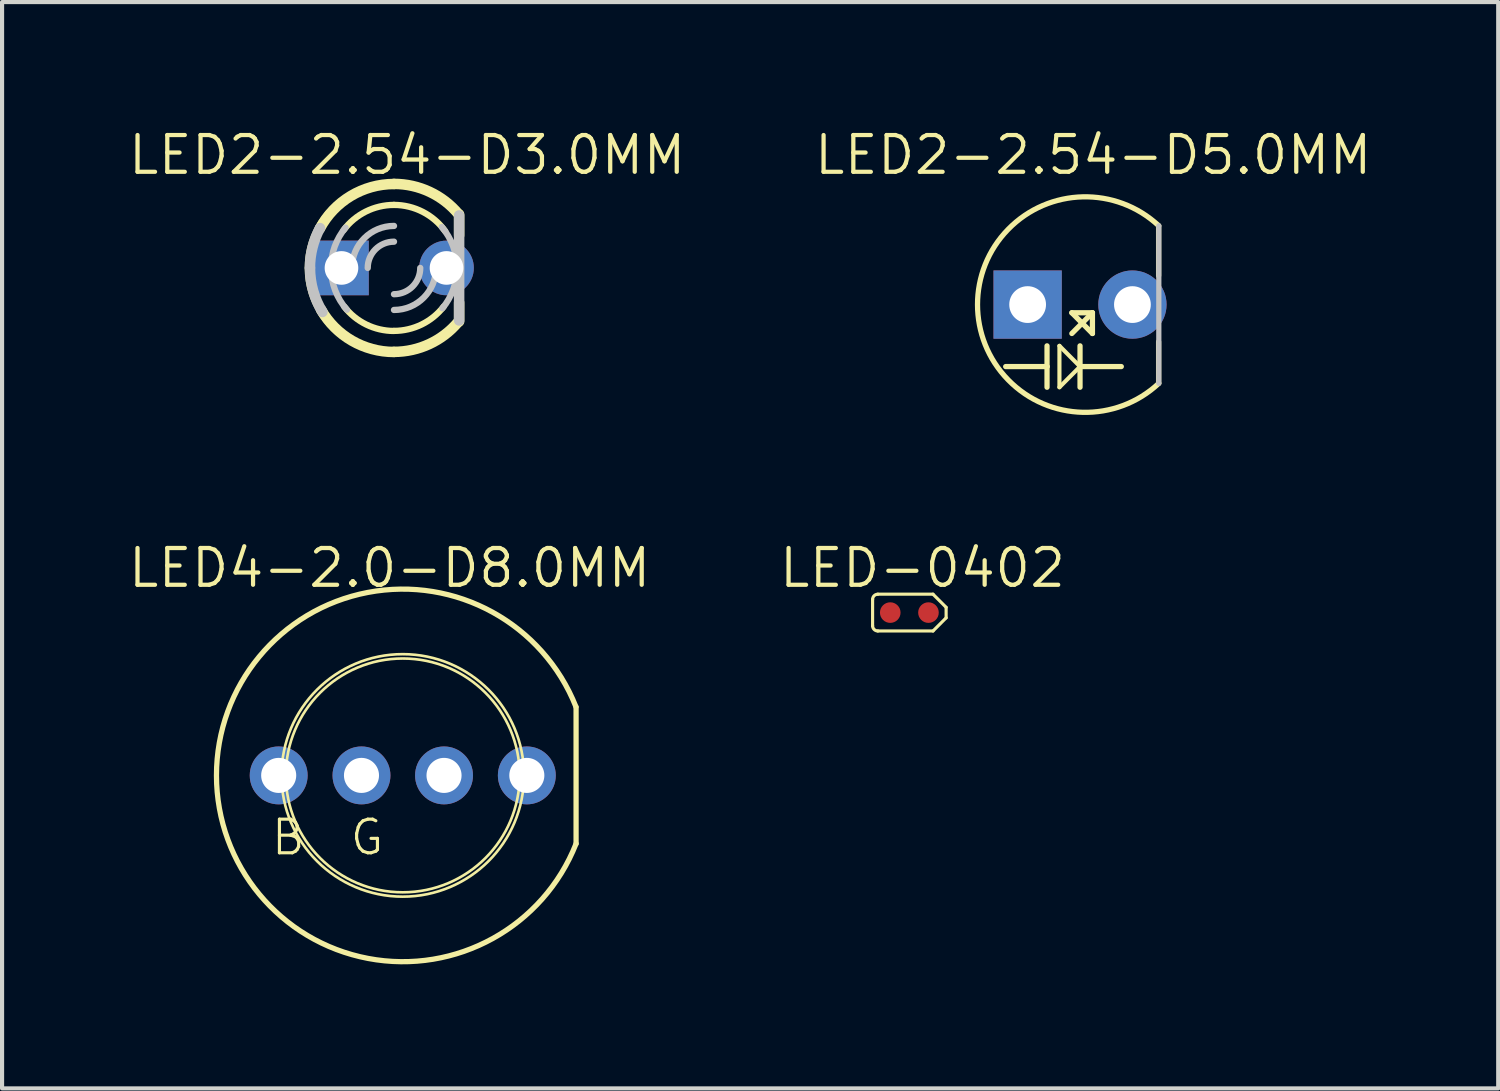
<source format=kicad_pcb>
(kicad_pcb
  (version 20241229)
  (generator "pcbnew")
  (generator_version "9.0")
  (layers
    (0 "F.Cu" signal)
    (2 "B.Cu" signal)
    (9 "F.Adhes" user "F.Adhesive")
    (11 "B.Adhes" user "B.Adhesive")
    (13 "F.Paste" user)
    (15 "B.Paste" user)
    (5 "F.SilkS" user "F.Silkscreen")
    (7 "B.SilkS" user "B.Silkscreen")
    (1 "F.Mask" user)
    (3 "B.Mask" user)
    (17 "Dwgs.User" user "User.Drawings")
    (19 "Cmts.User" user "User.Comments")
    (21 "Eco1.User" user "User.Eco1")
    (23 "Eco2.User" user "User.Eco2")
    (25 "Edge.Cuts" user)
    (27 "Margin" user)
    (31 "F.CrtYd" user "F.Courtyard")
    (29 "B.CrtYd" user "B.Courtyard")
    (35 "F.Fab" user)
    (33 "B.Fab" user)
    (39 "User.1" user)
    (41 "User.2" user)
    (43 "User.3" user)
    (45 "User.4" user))
  (footprint "LED-0402"
    (layer "F.Cu")
    (at 18.939 11.763)
    (property "Reference" "LED-0402" (at 0.318 -1.079 0) (layer "F.SilkS") (effects (font (size 0.889 0.889) (thickness 0.102))))
    (attr smd)
    (fp_line (start -0.889 0.318) (end -0.889 -0.318) (stroke (width 0.076) (type solid)) (layer "F.SilkS"))
    (fp_line (start -0.762 -0.445) (end 0.572 -0.445) (stroke (width 0.076) (type solid)) (layer "F.SilkS"))
    (fp_line (start 0.572 -0.445) (end 0.889 -0.127) (stroke (width 0.076) (type solid)) (layer "F.SilkS"))
    (fp_line (start 0.572 0.445) (end -0.762 0.445) (stroke (width 0.076) (type solid)) (layer "F.SilkS"))
    (fp_line (start 0.889 -0.127) (end 0.889 0.127) (stroke (width 0.076) (type solid)) (layer "F.SilkS"))
    (fp_line (start 0.889 0.127) (end 0.572 0.445) (stroke (width 0.076) (type solid)) (layer "F.SilkS"))
    (fp_arc (start -0.889 -0.3175) (mid -0.851803 -0.407303) (end -0.762 -0.4445) (stroke (width 0.0762) (type solid)) (layer "F.SilkS"))
    (fp_arc (start -0.762 0.4445) (mid -0.851803 0.407303) (end -0.889 0.3175) (stroke (width 0.0762) (type solid)) (layer "F.SilkS"))
    (pad "+" smd circle (at -0.462 0 90) (size 0.498 0.498) (layers "F.Cu" "F.Mask" "F.Paste"))
    (pad "-" smd circle (at 0.462 0 90) (size 0.498 0.498) (layers "F.Cu" "F.Mask" "F.Paste")))
  (footprint "LED2-2.54-D5.0MM"
    (layer "F.Cu")
    (at 23.066 4.315)
    (property "Reference" "LED2-2.54-D5.0MM" (at 0.318 -3.617 0) (layer "F.SilkS") (effects (font (size 0.889 0.889) (thickness 0.102))))
    (attr exclude_from_pos_files exclude_from_bom)
    (fp_line (start -1.798 1.499) (end -0.798 1.499) (stroke (width 0.127) (type solid)) (layer "F.SilkS"))
    (fp_line (start -0.798 0.998) (end -0.798 1.499) (stroke (width 0.127) (type solid)) (layer "F.SilkS"))
    (fp_line (start -0.798 1.499) (end -0.798 1.999) (stroke (width 0.127) (type solid)) (layer "F.SilkS"))
    (fp_line (start -0.498 0.998) (end -0.498 1.999) (stroke (width 0.1) (type solid)) (layer "F.SilkS"))
    (fp_line (start -0.498 1.999) (end 0 1.499) (stroke (width 0.1) (type solid)) (layer "F.SilkS"))
    (fp_line (start -0.198 0.198) (end 0.3 0.699) (stroke (width 0.127) (type solid)) (layer "F.SilkS"))
    (fp_line (start -0.198 0.699) (end 0.3 0.198) (stroke (width 0.127) (type solid)) (layer "F.SilkS"))
    (fp_line (start 0 0.998) (end 0 1.499) (stroke (width 0.127) (type solid)) (layer "F.SilkS"))
    (fp_line (start 0 1.499) (end -0.498 0.998) (stroke (width 0.1) (type solid)) (layer "F.SilkS"))
    (fp_line (start 0 1.499) (end 0 1.999) (stroke (width 0.127) (type solid)) (layer "F.SilkS"))
    (fp_line (start 0 1.499) (end 0.998 1.499) (stroke (width 0.127) (type solid)) (layer "F.SilkS"))
    (fp_line (start 0.3 0.198) (end -0.198 0.198) (stroke (width 0.127) (type solid)) (layer "F.SilkS"))
    (fp_line (start 0.3 0.699) (end 0.3 0.198) (stroke (width 0.127) (type solid)) (layer "F.SilkS"))
    (fp_line (start 1.9 -1.9) (end 1.9 -0.699) (stroke (width 0.127) (type solid)) (layer "F.SilkS"))
    (fp_line (start 1.9 1.9) (end 1.9 0.899) (stroke (width 0.127) (type solid)) (layer "F.SilkS"))
    (fp_arc (start 1.905 1.905) (mid -2.478822 0.00114) (end 1.903333 -1.906555) (stroke (width 0.127) (type solid)) (layer "F.SilkS"))
    (fp_line (start 1.905 -1.905) (end 1.905 1.905) (stroke (width 0.127) (type solid)) (layer "Dwgs.User"))
    (pad "+" thru_hole rect (at -1.267 0) (size 1.651 1.651) (drill 0.889) (layers "*.Cu" "*.Paste" "*.Mask"))
    (pad "-" thru_hole circle (at 1.267 0) (size 1.651 1.651) (drill 0.889) (layers "*.Cu" "*.Paste" "*.Mask")))
  (footprint "LED4-2.0-D8.0MM"
    (layer "F.Cu")
    (at 6.689 15.7)
    (property "Reference" "LED4-2.0-D8.0MM" (at -0.318 -5.016 0) (layer "F.SilkS") (effects (font (size 0.889 0.889) (thickness 0.102))))
    (attr exclude_from_pos_files exclude_from_bom)
    (fp_line (start 4.191 -1.651) (end 4.191 1.651) (stroke (width 0.127) (type solid)) (layer "F.SilkS"))
    (fp_arc (start 4.191 1.651) (mid -4.504472 0.003818) (end 4.188195 -1.658102) (stroke (width 0.127) (type solid)) (layer "F.SilkS"))
    (fp_circle (center 0 0) (end -2.073 2.073) (stroke (width 0.064) (type solid)) (fill no) (layer "F.SilkS"))
    (fp_circle (center 0 0) (end -1.999 1.999) (stroke (width 0.064) (type solid)) (fill no) (layer "F.SilkS"))
    (fp_text user "G" (at -0.864 1.499 0) (layer "F.SilkS") (effects (font (size 0.813 0.813) (thickness 0.076))))
    (fp_text user "B" (at -2.769 1.499 0) (layer "F.SilkS") (effects (font (size 0.813 0.813) (thickness 0.076))))
    (pad "1" thru_hole circle (at 3 0) (size 1.4 1.4) (drill 0.848) (layers "*.Cu" "*.Paste" "*.Mask"))
    (pad "2" thru_hole circle (at 0.998 0) (size 1.4 1.4) (drill 0.848) (layers "*.Cu" "*.Paste" "*.Mask"))
    (pad "3" thru_hole circle (at -0.998 0) (size 1.4 1.4) (drill 0.848) (layers "*.Cu" "*.Paste" "*.Mask"))
    (pad "4" thru_hole circle (at -3 0) (size 1.4 1.4) (drill 0.848) (layers "*.Cu" "*.Paste" "*.Mask")))
  (footprint "LED2-2.54-D3.0MM"
    (layer "F.Cu")
    (at 6.477 3.429)
    (property "Reference" "LED2-2.54-D3.0MM" (at 0.318 -2.731 0) (layer "F.SilkS") (effects (font (size 0.889 0.889) (thickness 0.102))))
    (attr exclude_from_pos_files exclude_from_bom)
    (fp_line (start 1.524 1.27) (end 1.524 -1.27) (stroke (width 0.127) (type solid)) (layer "F.SilkS"))
    (fp_line (start 1.575 -1.293) (end 1.575 -0.787) (stroke (width 0.254) (type solid)) (layer "F.SilkS"))
    (fp_line (start 1.575 1.293) (end 1.575 0.838) (stroke (width 0.254) (type solid)) (layer "F.SilkS"))
    (fp_arc (start -1.7907 -0.95504) (mid -1.044567 -1.739997) (end -0.000975 -2.02946) (stroke (width 0.254) (type solid)) (layer "F.SilkS"))
    (fp_arc (start -1.2192 -0.9144) (mid -0.681912 -1.362928) (end -0.000801 -1.524) (stroke (width 0.1524) (type solid)) (layer "F.SilkS"))
    (fp_arc (start 0 -2.032) (mid 0.860367 -1.840867) (end 1.55888 -1.303426) (stroke (width 0.254) (type solid)) (layer "F.SilkS"))
    (fp_arc (start 0 -1.524) (mid 0.696618 -1.35547) (end 1.239166 -0.887155) (stroke (width 0.1524) (type solid)) (layer "F.SilkS"))
    (fp_arc (start 0 1.524) (mid -0.669273 1.369179) (end -1.202564 0.936171) (stroke (width 0.1524) (type solid)) (layer "F.SilkS"))
    (fp_arc (start 0 2.032) (mid -1.01907 1.757988) (end -1.763299 1.009851) (stroke (width 0.254) (type solid)) (layer "F.SilkS"))
    (fp_arc (start 1.20142 0.93472) (mid 0.668882 1.367373) (end 0.000442 1.522206) (stroke (width 0.1524) (type solid)) (layer "F.SilkS"))
    (fp_arc (start 1.524 1.27) (mid -2.096491 0.001426) (end 1.522217 -1.272226) (stroke (width 0.127) (type solid)) (layer "F.SilkS"))
    (fp_arc (start 1.5494 1.31064) (mid 0.855154 1.840416) (end 0.002552 2.029387) (stroke (width 0.254) (type solid)) (layer "F.SilkS"))
    (fp_line (start 1.575 1.27) (end 1.575 -1.27) (stroke (width 0.254) (type solid)) (layer "Dwgs.User"))
    (fp_arc (start -2.032 0) (mid -1.970347 -0.496745) (end -1.78913 -0.963347) (stroke (width 0.254) (type solid)) (layer "Dwgs.User"))
    (fp_arc (start -1.72974 1.06426) (mid -1.954164 0.553076) (end -2.030923 0.0001) (stroke (width 0.254) (type solid)) (layer "Dwgs.User"))
    (fp_arc (start -1.524 0) (mid -1.432999 -0.518738) (end -1.170864 -0.975527) (stroke (width 0.1524) (type solid)) (layer "Dwgs.User"))
    (fp_arc (start -1.13792 1.01092) (mid -1.422742 0.540951) (end -1.522111 0.000469) (stroke (width 0.1524) (type solid)) (layer "Dwgs.User"))
    (fp_arc (start -1.016 0) (mid -0.71842 -0.71842) (end 0 -1.016) (stroke (width 0.1524) (type solid)) (layer "Dwgs.User"))
    (fp_arc (start -0.635 0) (mid -0.449013 -0.449013) (end 0 -0.635) (stroke (width 0.1524) (type solid)) (layer "Dwgs.User"))
    (fp_arc (start 0.635 0) (mid 0.449013 0.449013) (end 0 0.635) (stroke (width 0.1524) (type solid)) (layer "Dwgs.User"))
    (fp_arc (start 1.016 0) (mid 0.71842 0.71842) (end 0 1.016) (stroke (width 0.1524) (type solid)) (layer "Dwgs.User"))
    (fp_arc (start 1.1557 -0.9906) (mid 1.427593 -0.528119) (end 1.522147 -0.000034) (stroke (width 0.1524) (type solid)) (layer "Dwgs.User"))
    (fp_arc (start 1.524 0) (mid 1.432999 0.518738) (end 1.170864 0.975527) (stroke (width 0.1524) (type solid)) (layer "Dwgs.User"))
    (pad "A" thru_hole rect (at -1.27 0) (size 1.321 1.321) (drill 0.813) (layers "*.Cu" "*.Paste" "*.Mask"))
    (pad "K" thru_hole circle (at 1.27 0) (size 1.321 1.321) (drill 0.813) (layers "*.Cu" "*.Paste" "*.Mask")))
  (gr_rect
    (start -3 -3)
    (end 33.178 23.268)
    (stroke (width 0.1) (type default))
    (fill no)
    (layer "Edge.Cuts")))
</source>
